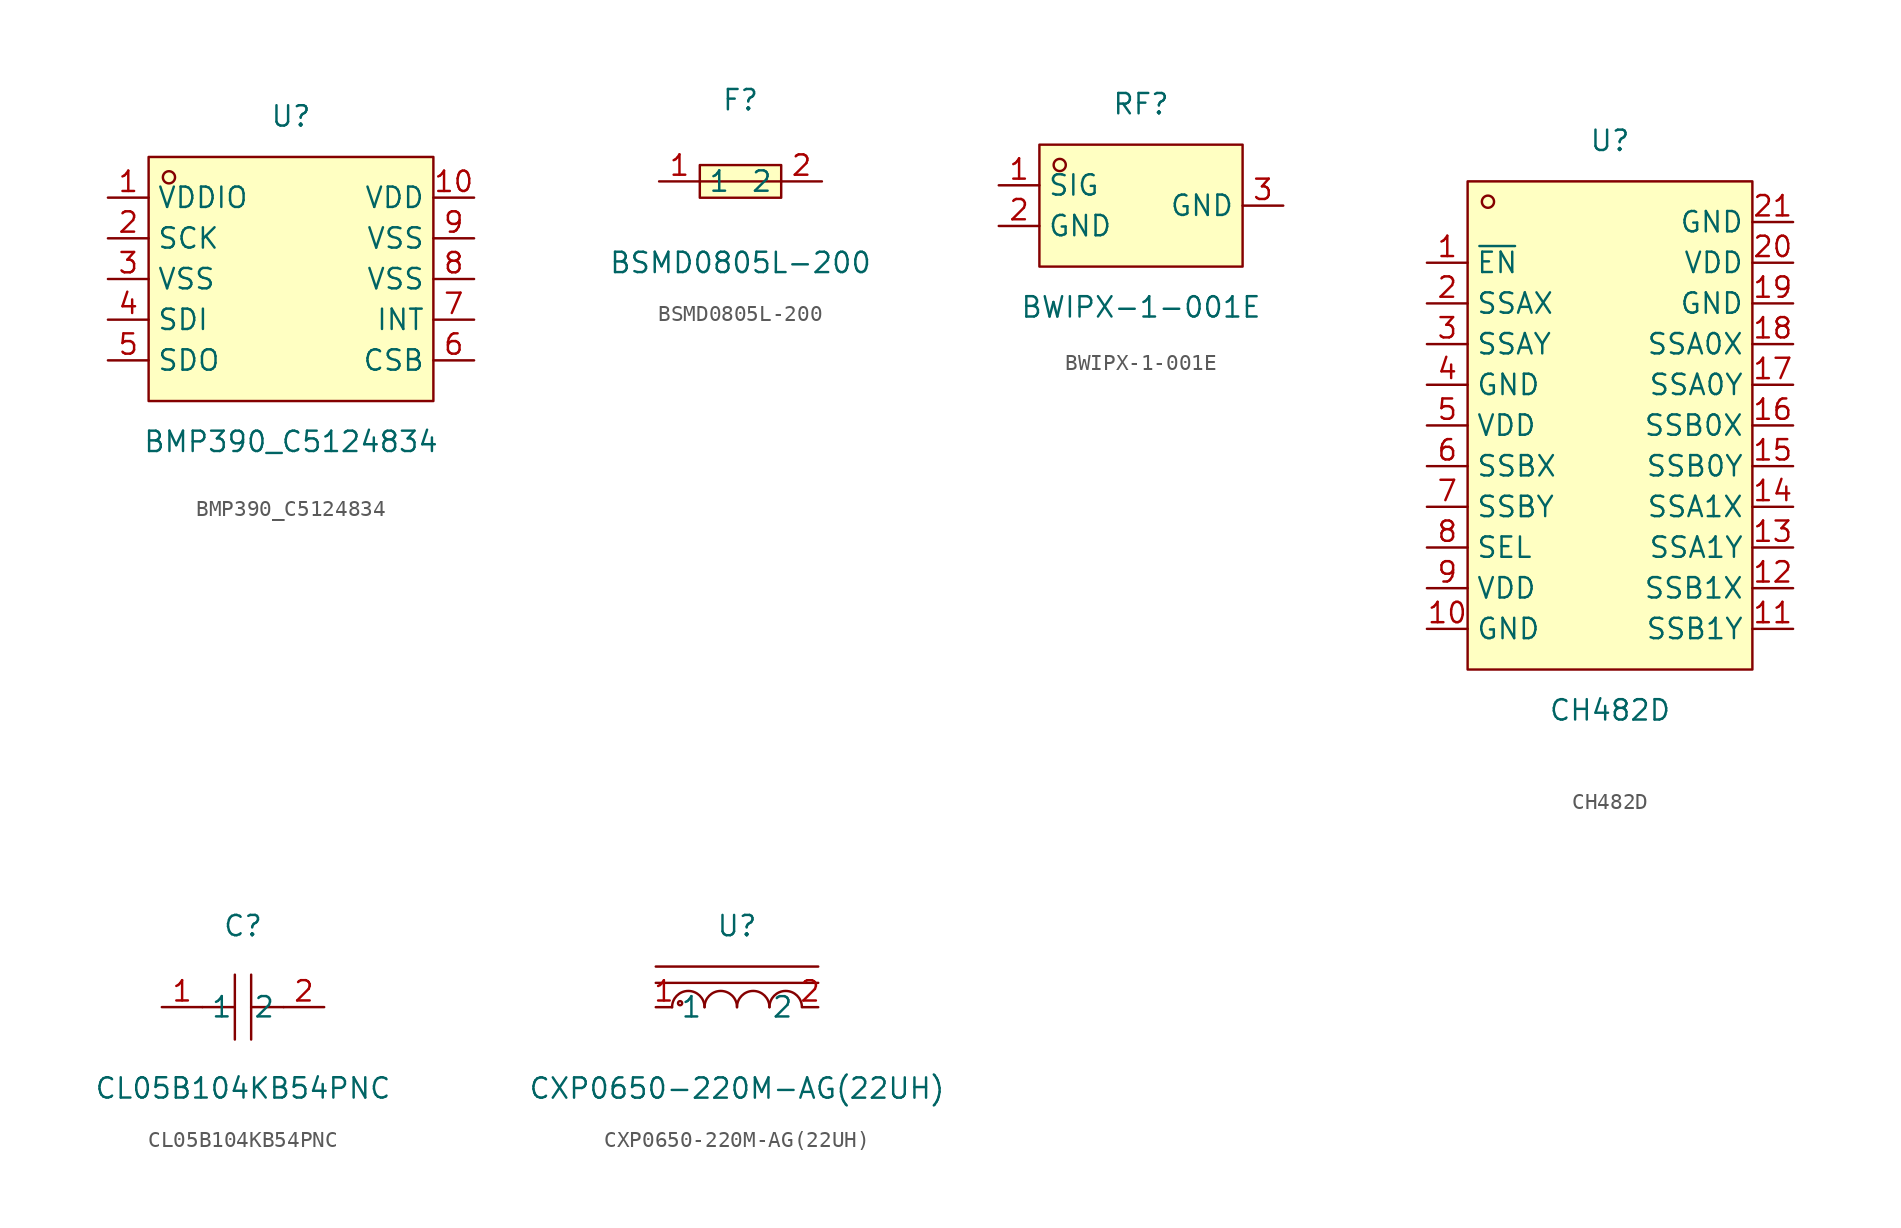
<source format=kicad_sym>
(kicad_symbol_lib
  (version 20241209)
  (generator "kicad_symbol_editor")
  (generator_version "9.0")
  (symbol "BMP390_C5124834"
    (property "Reference" "U"
      (at 0 10.16 0)
      (effects (font (size 1.27 1.27))))
    (property "Value" "BMP390_C5124834"
      (at 0 -10.16 0)
      (effects (font (size 1.27 1.27))))
    (symbol "BMP390_C5124834_0_1"
      (rectangle (start -8.89 7.62) (end 8.89 -7.62) (stroke (width 0) (type default) (color 0 0 0 0)) (fill (type background)))
      (circle (center -7.62 6.35) (radius 0.38) (stroke (width 0) (type default) (color 0 0 0 0)) (fill (type none)))
      (pin unspecified line (at -11.43 5.08 0) (length 2.54) (name "VDDIO" (effects (font (size 1.27 1.27)))) (number "1" (effects (font (size 1.27 1.27)))))
      (pin unspecified line (at -11.43 2.54 0) (length 2.54) (name "SCK" (effects (font (size 1.27 1.27)))) (number "2" (effects (font (size 1.27 1.27)))))
      (pin unspecified line (at -11.43 -0.00 0) (length 2.54) (name "VSS" (effects (font (size 1.27 1.27)))) (number "3" (effects (font (size 1.27 1.27)))))
      (pin unspecified line (at -11.43 -2.54 0) (length 2.54) (name "SDI" (effects (font (size 1.27 1.27)))) (number "4" (effects (font (size 1.27 1.27)))))
      (pin unspecified line (at -11.43 -5.08 0) (length 2.54) (name "SDO" (effects (font (size 1.27 1.27)))) (number "5" (effects (font (size 1.27 1.27)))))
      (pin unspecified line (at 11.43 -5.08 180) (length 2.54) (name "CSB" (effects (font (size 1.27 1.27)))) (number "6" (effects (font (size 1.27 1.27)))))
      (pin unspecified line (at 11.43 -2.54 180) (length 2.54) (name "INT" (effects (font (size 1.27 1.27)))) (number "7" (effects (font (size 1.27 1.27)))))
      (pin unspecified line (at 11.43 -0.00 180) (length 2.54) (name "VSS" (effects (font (size 1.27 1.27)))) (number "8" (effects (font (size 1.27 1.27)))))
      (pin unspecified line (at 11.43 2.54 180) (length 2.54) (name "VSS" (effects (font (size 1.27 1.27)))) (number "9" (effects (font (size 1.27 1.27)))))
      (pin unspecified line (at 11.43 5.08 180) (length 2.54) (name "VDD" (effects (font (size 1.27 1.27)))) (number "10" (effects (font (size 1.27 1.27)))))))
  (symbol "BSMD0805L-200"
    (property "Reference" "F"
      (at 0 5.08 0)
      (effects (font (size 1.27 1.27))))
    (property "Value" "BSMD0805L-200"
      (at 0 -5.08 0)
      (effects (font (size 1.27 1.27))))
    (symbol "BSMD0805L-200_0_1"
      (rectangle (start -2.54 1.02) (end 2.54 -1.02) (stroke (width 0) (type default)) (fill (type background)))
      (polyline (pts (xy -2.54 0) (xy 2.54 0)) (stroke (width 0) (type default)) (fill (type none)))
      (pin unspecified line (at -5.08 0 0) (length 2.54) (name "1" (effects (font (size 1.27 1.27)))) (number "1" (effects (font (size 1.27 1.27)))))
      (pin unspecified line (at 5.08 0 180) (length 2.54) (name "2" (effects (font (size 1.27 1.27)))) (number "2" (effects (font (size 1.27 1.27)))))))
  (symbol "BWIPX-1-001E"
    (property "Reference" "RF"
      (at 0 6.35 0)
      (effects (font (size 1.27 1.27))))
    (property "Value" "BWIPX-1-001E"
      (at 0 -6.35 0)
      (effects (font (size 1.27 1.27))))
    (symbol "BWIPX-1-001E_0_1"
      (rectangle (start -6.35 3.81) (end 6.35 -3.81) (stroke (width 0) (type default)) (fill (type background)))
      (circle (center -5.08 2.54) (radius 0.38) (stroke (width 0) (type default)) (fill (type none)))
      (pin unspecified line (at -8.89 1.27 0) (length 2.54) (name "SIG" (effects (font (size 1.27 1.27)))) (number "1" (effects (font (size 1.27 1.27)))))
      (pin unspecified line (at -8.89 -1.27 0) (length 2.54) (name "GND" (effects (font (size 1.27 1.27)))) (number "2" (effects (font (size 1.27 1.27)))))
      (pin unspecified line (at 8.89 0 180) (length 2.54) (name "GND" (effects (font (size 1.27 1.27)))) (number "3" (effects (font (size 1.27 1.27)))))))
  (symbol "CH482D"
    (property "Reference" "U"
      (at 0 17.78 0)
      (effects (font (size 1.27 1.27))))
    (property "Value" "CH482D"
      (at 0 -17.78 0)
      (effects (font (size 1.27 1.27))))
    (symbol "CH482D_0_1"
      (rectangle (start -8.89 15.24) (end 8.89 -15.24) (stroke (width 0) (type default)) (fill (type background)))
      (circle (center -7.62 13.97) (radius 0.38) (stroke (width 0) (type default)) (fill (type none)))
      (pin unspecified line (at -11.43 10.16 0) (length 2.54) (name "~{EN}" (effects (font (size 1.27 1.27)))) (number "1" (effects (font (size 1.27 1.27)))))
      (pin unspecified line (at -11.43 7.62 0) (length 2.54) (name "SSAX" (effects (font (size 1.27 1.27)))) (number "2" (effects (font (size 1.27 1.27)))))
      (pin unspecified line (at -11.43 5.08 0) (length 2.54) (name "SSAY" (effects (font (size 1.27 1.27)))) (number "3" (effects (font (size 1.27 1.27)))))
      (pin unspecified line (at -11.43 2.54 0) (length 2.54) (name "GND" (effects (font (size 1.27 1.27)))) (number "4" (effects (font (size 1.27 1.27)))))
      (pin unspecified line (at -11.43 0 0) (length 2.54) (name "VDD" (effects (font (size 1.27 1.27)))) (number "5" (effects (font (size 1.27 1.27)))))
      (pin unspecified line (at -11.43 -2.54 0) (length 2.54) (name "SSBX" (effects (font (size 1.27 1.27)))) (number "6" (effects (font (size 1.27 1.27)))))
      (pin unspecified line (at -11.43 -5.08 0) (length 2.54) (name "SSBY" (effects (font (size 1.27 1.27)))) (number "7" (effects (font (size 1.27 1.27)))))
      (pin unspecified line (at -11.43 -7.62 0) (length 2.54) (name "SEL" (effects (font (size 1.27 1.27)))) (number "8" (effects (font (size 1.27 1.27)))))
      (pin unspecified line (at -11.43 -10.16 0) (length 2.54) (name "VDD" (effects (font (size 1.27 1.27)))) (number "9" (effects (font (size 1.27 1.27)))))
      (pin unspecified line (at -11.43 -12.7 0) (length 2.54) (name "GND" (effects (font (size 1.27 1.27)))) (number "10" (effects (font (size 1.27 1.27)))))
      (pin unspecified line (at 11.43 12.7 180) (length 2.54) (name "GND" (effects (font (size 1.27 1.27)))) (number "21" (effects (font (size 1.27 1.27)))))
      (pin unspecified line (at 11.43 10.16 180) (length 2.54) (name "VDD" (effects (font (size 1.27 1.27)))) (number "20" (effects (font (size 1.27 1.27)))))
      (pin unspecified line (at 11.43 7.62 180) (length 2.54) (name "GND" (effects (font (size 1.27 1.27)))) (number "19" (effects (font (size 1.27 1.27)))))
      (pin unspecified line (at 11.43 5.08 180) (length 2.54) (name "SSA0X" (effects (font (size 1.27 1.27)))) (number "18" (effects (font (size 1.27 1.27)))))
      (pin unspecified line (at 11.43 2.54 180) (length 2.54) (name "SSA0Y" (effects (font (size 1.27 1.27)))) (number "17" (effects (font (size 1.27 1.27)))))
      (pin unspecified line (at 11.43 0 180) (length 2.54) (name "SSB0X" (effects (font (size 1.27 1.27)))) (number "16" (effects (font (size 1.27 1.27)))))
      (pin unspecified line (at 11.43 -2.54 180) (length 2.54) (name "SSB0Y" (effects (font (size 1.27 1.27)))) (number "15" (effects (font (size 1.27 1.27)))))
      (pin unspecified line (at 11.43 -5.08 180) (length 2.54) (name "SSA1X" (effects (font (size 1.27 1.27)))) (number "14" (effects (font (size 1.27 1.27)))))
      (pin unspecified line (at 11.43 -7.62 180) (length 2.54) (name "SSA1Y" (effects (font (size 1.27 1.27)))) (number "13" (effects (font (size 1.27 1.27)))))
      (pin unspecified line (at 11.43 -10.16 180) (length 2.54) (name "SSB1X" (effects (font (size 1.27 1.27)))) (number "12" (effects (font (size 1.27 1.27)))))
      (pin unspecified line (at 11.43 -12.7 180) (length 2.54) (name "SSB1Y" (effects (font (size 1.27 1.27)))) (number "11" (effects (font (size 1.27 1.27)))))))
  (symbol "CL05B104KB54PNC"
    (property "Reference" "C"
      (at 0 5.08 0)
      (effects (font (size 1.27 1.27))))
    (property "Value" "CL05B104KB54PNC"
      (at 0 -5.08 0)
      (effects (font (size 1.27 1.27))))
    (symbol "CL05B104KB54PNC_0_1"
      (polyline (pts (xy -0.51 2.03) (xy -0.51 -2.03)) (stroke (width 0) (type default)) (fill (type none)))
      (polyline (pts (xy -0.51 0) (xy -2.54 0)) (stroke (width 0) (type default)) (fill (type none)))
      (polyline (pts (xy 0.51 -2.03) (xy 0.51 2.03)) (stroke (width 0) (type default)) (fill (type none)))
      (polyline (pts (xy 2.54 0) (xy 0.51 0)) (stroke (width 0) (type default)) (fill (type none)))
      (pin unspecified line (at -5.08 0 0) (length 2.54) (name "1" (effects (font (size 1.27 1.27)))) (number "1" (effects (font (size 1.27 1.27)))))
      (pin unspecified line (at 5.08 0 180) (length 2.54) (name "2" (effects (font (size 1.27 1.27)))) (number "2" (effects (font (size 1.27 1.27)))))))
  (symbol "CXP0650-220M-AG(22UH)"
    (property "Reference" "U"
      (at 0 5.08 0)
      (effects (font (size 1.27 1.27))))
    (property "Value" "CXP0650-220M-AG(22UH)"
      (at 0 -5.08 0)
      (effects (font (size 1.27 1.27))))
    (symbol "CXP0650-220M-AG(22UH)_0_1"
      (circle (center -3.56 0.25) (radius 0.13) (stroke (width 0) (type default) (color 0 0 0 0)) (fill (type none)))
      (arc (start -4.06 -0.01) (mid -2.83 0.99) (end -2.03 0.01) (stroke (width 0) (type default) (color 0 0 0 0)) (fill (type none)))
      (arc (start -2.03 -0.01) (mid -0.80 0.99) (end 0.00 0.01) (stroke (width 0) (type default) (color 0 0 0 0)) (fill (type none)))
      (arc (start 2.03 -0.01) (mid 3.26 0.99) (end 4.06 0.01) (stroke (width 0) (type default) (color 0 0 0 0)) (fill (type none)))
      (arc (start 0.00 -0.01) (mid 1.23 0.99) (end 2.03 0.01) (stroke (width 0) (type default) (color 0 0 0 0)) (fill (type none)))
      (polyline (pts (xy -5.08 1.52) (xy 5.08 1.52)) (stroke (width 0) (type default) (color 0 0 0 0)) (fill (type none)))
      (polyline (pts (xy 5.08 2.54) (xy -5.08 2.54)) (stroke (width 0) (type default) (color 0 0 0 0)) (fill (type none)))
      (pin unspecified line (at 5.08 -0.00 180) (length 1.016) (name "2" (effects (font (size 1.27 1.27)))) (number "2" (effects (font (size 1.27 1.27)))))
      (pin unspecified line (at -5.08 -0.00 0) (length 1.016) (name "1" (effects (font (size 1.27 1.27)))) (number "1" (effects (font (size 1.27 1.27))))))))
</source>
